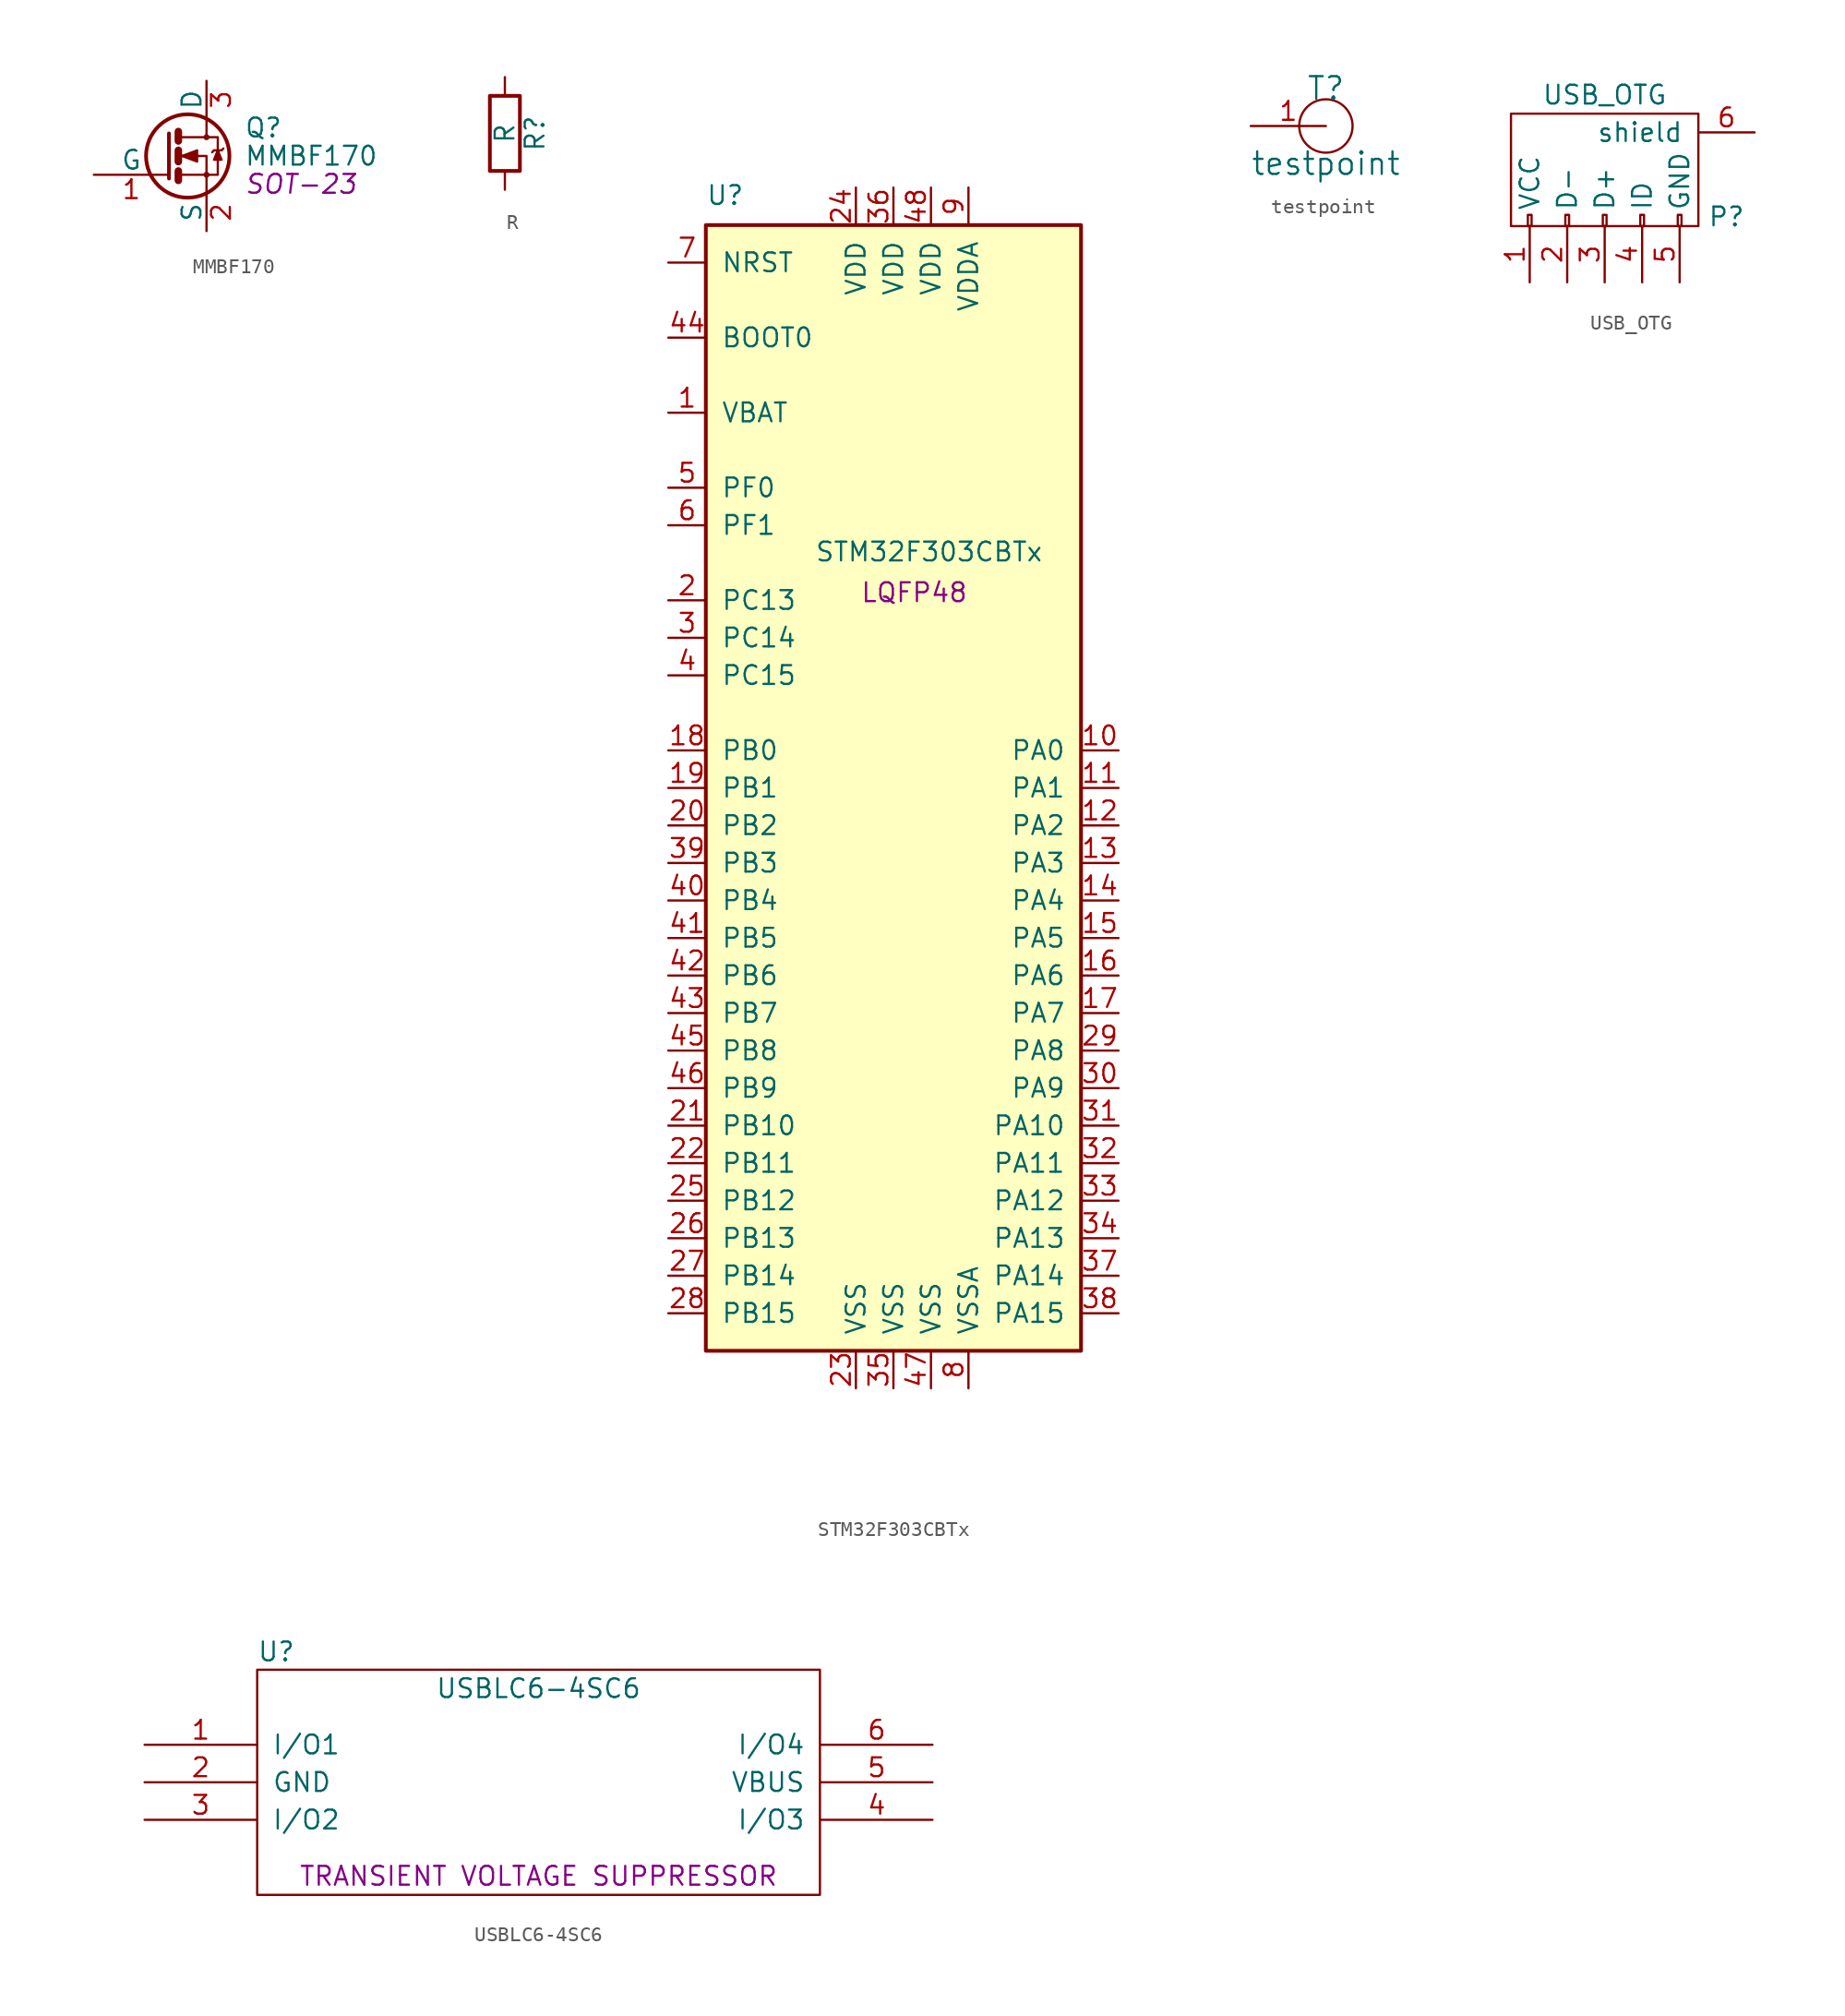
<source format=kicad_sym>
(kicad_symbol_lib
  (version 20220914)
  (generator kicad_symbol_editor)
  (symbol "MMBF170"
    (pin_names
      (offset 0))
    (property "Reference" "Q"
      (at 5.08 1.905 0)
      (effects (font (size 1.27 1.27)) (justify left)))
    (property "Value" "MMBF170"
      (at 5.08 0 0)
      (effects (font (size 1.27 1.27)) (justify left)))
    (property "Footprint" "SOT-23"
      (at 5.08 -1.905 0)
      (effects (font (size 1.27 1.27) italic) (justify left)))
    (property "Datasheet" ""
      (at 0 0 0)
      (effects (font (size 1.27 1.27)) (justify left)))
    (symbol "MMBF170_0_1"
      (polyline (pts (xy 0.635 -1.016) (xy 0.635 -1.651)) (stroke (width 0.508) (type default)) (fill (type none)))
      (polyline (pts (xy 0.635 0.381) (xy 0.635 -0.381)) (stroke (width 0.508) (type default)) (fill (type none)))
      (polyline (pts (xy 0.635 1.651) (xy 0.635 1.016)) (stroke (width 0.508) (type default)) (fill (type none)))
      (polyline (pts (xy 3.048 0.381) (xy 2.921 0.254)) (stroke (width 0) (type default)) (fill (type none)))
      (polyline (pts (xy 3.048 0.381) (xy 3.556 0.381)) (stroke (width 0) (type default)) (fill (type none)))
      (polyline (pts (xy 3.556 0.381) (xy 3.683 0.508)) (stroke (width 0) (type default)) (fill (type none)))
      (polyline (pts (xy 0 1.524) (xy 0 -1.524) (xy 0 -1.524)) (stroke (width 0.254) (type default)) (fill (type none)))
      (polyline (pts (xy 0.762 -1.27) (xy 2.54 -1.27) (xy 2.54 -2.54) (xy 2.54 -2.54)) (stroke (width 0) (type default)) (fill (type none)))
      (polyline (pts (xy 0.762 1.27) (xy 2.54 1.27) (xy 2.54 2.54) (xy 2.54 2.54)) (stroke (width 0) (type default)) (fill (type none)))
      (polyline (pts (xy 2.54 1.27) (xy 3.302 1.27) (xy 3.302 -1.27) (xy 2.54 -1.27)) (stroke (width 0) (type default)) (fill (type none)))
      (polyline (pts (xy 3.302 0.381) (xy 3.048 -0.254) (xy 3.556 -0.254) (xy 3.302 0.381)) (stroke (width 0) (type default)) (fill (type outline)))
      (polyline (pts (xy 0.762 0) (xy 1.27 0) (xy 2.54 0) (xy 2.54 -1.27) (xy 2.54 -1.27)) (stroke (width 0) (type default)) (fill (type none)))
      (polyline (pts (xy 0.889 0) (xy 1.905 0.381) (xy 1.905 -0.381) (xy 0.889 0) (xy 1.016 0) (xy 1.016 0)) (stroke (width 0) (type default)) (fill (type outline)))
      (circle (center 1.27 0) (radius 2.819) (stroke (width 0.254) (type default)) (fill (type none)))
      (circle (center 2.54 -1.27) (radius 0.127) (stroke (width 0) (type default)) (fill (type none)))
      (circle (center 2.54 1.27) (radius 0.127) (stroke (width 0) (type default)) (fill (type none))))
    (symbol "MMBF170_1_1"
      (pin input line (at -5.08 -1.27 0) (length 5.08) (name "G" (effects (font (size 1.27 1.27)))) (number "1" (effects (font (size 1.27 1.27)))))
      (pin passive line (at 2.54 -5.08 90) (length 2.54) (name "S" (effects (font (size 1.27 1.27)))) (number "2" (effects (font (size 1.27 1.27)))))
      (pin passive line (at 2.54 5.08 270) (length 2.54) (name "D" (effects (font (size 1.27 1.27)))) (number "3" (effects (font (size 1.27 1.27)))))))
  (symbol "R"
    (pin_numbers hide)
    (pin_names
      (offset 0))
    (property "Reference" "R"
      (at 2.032 0 90)
      (effects (font (size 1.27 1.27))))
    (property "Value" "R"
      (at 0 0 90)
      (effects (font (size 1.27 1.27))))
    (property "Footprint" ""
      (at -1.778 0 90)
      (effects (font (size 1.27 1.27))))
    (property "Datasheet" ""
      (at 0 0 0)
      (effects (font (size 1.27 1.27))))
    (symbol "R_0_1"
      (rectangle (start -1.016 -2.54) (end 1.016 2.54) (stroke (width 0.254) (type default)) (fill (type none))))
    (symbol "R_1_1"
      (pin passive line (at 0 3.81 270) (length 1.27) (name "~" (effects (font (size 1.27 1.27)))) (number "1" (effects (font (size 1.27 1.27)))))
      (pin passive line (at 0 -3.81 90) (length 1.27) (name "~" (effects (font (size 1.27 1.27)))) (number "2" (effects (font (size 1.27 1.27)))))))
  (symbol "STM32F303CBTx"
    (pin_names
      (offset 1.016))
    (property "Reference" "U"
      (at -12.7 41.91 0)
      (effects (font (size 1.27 1.27)) (justify left bottom)))
    (property "Value" "STM32F303CBTx"
      (at 10.16 17.78 0)
      (effects (font (size 1.27 1.27)) (justify right bottom)))
    (property "Footprint" "LQFP48"
      (at 5.08 16.51 0)
      (effects (font (size 1.27 1.27)) (justify right top)))
    (property "Datasheet" ""
      (at 11.43 2.54 0)
      (effects (font (size 1.27 1.27))))
    (property "ki_locked" ""
      (at 0 0 0)
      (effects (font (size 1.27 1.27))))
    (symbol "STM32F303CBTx_0_1"
      (rectangle (start -12.7 -35.56) (end 12.7 40.64) (stroke (width 0.254) (type default)) (fill (type background))))
    (symbol "STM32F303CBTx_1_1"
      (pin power_in line (at -15.24 27.94 0) (length 2.54) (name "VBAT" (effects (font (size 1.27 1.27)))) (number "1" (effects (font (size 1.27 1.27)))))
      (pin bidirectional line (at 15.24 5.08 180) (length 2.54) (name "PA0" (effects (font (size 1.27 1.27)))) (number "10" (effects (font (size 1.27 1.27)))))
      (pin bidirectional line (at 15.24 2.54 180) (length 2.54) (name "PA1" (effects (font (size 1.27 1.27)))) (number "11" (effects (font (size 1.27 1.27)))))
      (pin bidirectional line (at 15.24 0 180) (length 2.54) (name "PA2" (effects (font (size 1.27 1.27)))) (number "12" (effects (font (size 1.27 1.27)))))
      (pin bidirectional line (at 15.24 -2.54 180) (length 2.54) (name "PA3" (effects (font (size 1.27 1.27)))) (number "13" (effects (font (size 1.27 1.27)))))
      (pin bidirectional line (at 15.24 -5.08 180) (length 2.54) (name "PA4" (effects (font (size 1.27 1.27)))) (number "14" (effects (font (size 1.27 1.27)))))
      (pin bidirectional line (at 15.24 -7.62 180) (length 2.54) (name "PA5" (effects (font (size 1.27 1.27)))) (number "15" (effects (font (size 1.27 1.27)))))
      (pin bidirectional line (at 15.24 -10.16 180) (length 2.54) (name "PA6" (effects (font (size 1.27 1.27)))) (number "16" (effects (font (size 1.27 1.27)))))
      (pin bidirectional line (at 15.24 -12.7 180) (length 2.54) (name "PA7" (effects (font (size 1.27 1.27)))) (number "17" (effects (font (size 1.27 1.27)))))
      (pin bidirectional line (at -15.24 5.08 0) (length 2.54) (name "PB0" (effects (font (size 1.27 1.27)))) (number "18" (effects (font (size 1.27 1.27)))))
      (pin bidirectional line (at -15.24 2.54 0) (length 2.54) (name "PB1" (effects (font (size 1.27 1.27)))) (number "19" (effects (font (size 1.27 1.27)))))
      (pin bidirectional line (at -15.24 15.24 0) (length 2.54) (name "PC13" (effects (font (size 1.27 1.27)))) (number "2" (effects (font (size 1.27 1.27)))))
      (pin bidirectional line (at -15.24 0 0) (length 2.54) (name "PB2" (effects (font (size 1.27 1.27)))) (number "20" (effects (font (size 1.27 1.27)))))
      (pin bidirectional line (at -15.24 -20.32 0) (length 2.54) (name "PB10" (effects (font (size 1.27 1.27)))) (number "21" (effects (font (size 1.27 1.27)))))
      (pin bidirectional line (at -15.24 -22.86 0) (length 2.54) (name "PB11" (effects (font (size 1.27 1.27)))) (number "22" (effects (font (size 1.27 1.27)))))
      (pin power_in line (at -2.54 -38.1 90) (length 2.54) (name "VSS" (effects (font (size 1.27 1.27)))) (number "23" (effects (font (size 1.27 1.27)))))
      (pin power_in line (at -2.54 43.18 270) (length 2.54) (name "VDD" (effects (font (size 1.27 1.27)))) (number "24" (effects (font (size 1.27 1.27)))))
      (pin bidirectional line (at -15.24 -25.4 0) (length 2.54) (name "PB12" (effects (font (size 1.27 1.27)))) (number "25" (effects (font (size 1.27 1.27)))))
      (pin bidirectional line (at -15.24 -27.94 0) (length 2.54) (name "PB13" (effects (font (size 1.27 1.27)))) (number "26" (effects (font (size 1.27 1.27)))))
      (pin bidirectional line (at -15.24 -30.48 0) (length 2.54) (name "PB14" (effects (font (size 1.27 1.27)))) (number "27" (effects (font (size 1.27 1.27)))))
      (pin bidirectional line (at -15.24 -33.02 0) (length 2.54) (name "PB15" (effects (font (size 1.27 1.27)))) (number "28" (effects (font (size 1.27 1.27)))))
      (pin bidirectional line (at 15.24 -15.24 180) (length 2.54) (name "PA8" (effects (font (size 1.27 1.27)))) (number "29" (effects (font (size 1.27 1.27)))))
      (pin bidirectional line (at -15.24 12.7 0) (length 2.54) (name "PC14" (effects (font (size 1.27 1.27)))) (number "3" (effects (font (size 1.27 1.27)))))
      (pin bidirectional line (at 15.24 -17.78 180) (length 2.54) (name "PA9" (effects (font (size 1.27 1.27)))) (number "30" (effects (font (size 1.27 1.27)))))
      (pin bidirectional line (at 15.24 -20.32 180) (length 2.54) (name "PA10" (effects (font (size 1.27 1.27)))) (number "31" (effects (font (size 1.27 1.27)))))
      (pin bidirectional line (at 15.24 -22.86 180) (length 2.54) (name "PA11" (effects (font (size 1.27 1.27)))) (number "32" (effects (font (size 1.27 1.27)))))
      (pin bidirectional line (at 15.24 -25.4 180) (length 2.54) (name "PA12" (effects (font (size 1.27 1.27)))) (number "33" (effects (font (size 1.27 1.27)))))
      (pin bidirectional line (at 15.24 -27.94 180) (length 2.54) (name "PA13" (effects (font (size 1.27 1.27)))) (number "34" (effects (font (size 1.27 1.27)))))
      (pin power_in line (at 0 -38.1 90) (length 2.54) (name "VSS" (effects (font (size 1.27 1.27)))) (number "35" (effects (font (size 1.27 1.27)))))
      (pin power_in line (at 0 43.18 270) (length 2.54) (name "VDD" (effects (font (size 1.27 1.27)))) (number "36" (effects (font (size 1.27 1.27)))))
      (pin bidirectional line (at 15.24 -30.48 180) (length 2.54) (name "PA14" (effects (font (size 1.27 1.27)))) (number "37" (effects (font (size 1.27 1.27)))))
      (pin bidirectional line (at 15.24 -33.02 180) (length 2.54) (name "PA15" (effects (font (size 1.27 1.27)))) (number "38" (effects (font (size 1.27 1.27)))))
      (pin bidirectional line (at -15.24 -2.54 0) (length 2.54) (name "PB3" (effects (font (size 1.27 1.27)))) (number "39" (effects (font (size 1.27 1.27)))))
      (pin bidirectional line (at -15.24 10.16 0) (length 2.54) (name "PC15" (effects (font (size 1.27 1.27)))) (number "4" (effects (font (size 1.27 1.27)))))
      (pin bidirectional line (at -15.24 -5.08 0) (length 2.54) (name "PB4" (effects (font (size 1.27 1.27)))) (number "40" (effects (font (size 1.27 1.27)))))
      (pin bidirectional line (at -15.24 -7.62 0) (length 2.54) (name "PB5" (effects (font (size 1.27 1.27)))) (number "41" (effects (font (size 1.27 1.27)))))
      (pin bidirectional line (at -15.24 -10.16 0) (length 2.54) (name "PB6" (effects (font (size 1.27 1.27)))) (number "42" (effects (font (size 1.27 1.27)))))
      (pin bidirectional line (at -15.24 -12.7 0) (length 2.54) (name "PB7" (effects (font (size 1.27 1.27)))) (number "43" (effects (font (size 1.27 1.27)))))
      (pin input line (at -15.24 33.02 0) (length 2.54) (name "BOOT0" (effects (font (size 1.27 1.27)))) (number "44" (effects (font (size 1.27 1.27)))))
      (pin bidirectional line (at -15.24 -15.24 0) (length 2.54) (name "PB8" (effects (font (size 1.27 1.27)))) (number "45" (effects (font (size 1.27 1.27)))))
      (pin bidirectional line (at -15.24 -17.78 0) (length 2.54) (name "PB9" (effects (font (size 1.27 1.27)))) (number "46" (effects (font (size 1.27 1.27)))))
      (pin power_in line (at 2.54 -38.1 90) (length 2.54) (name "VSS" (effects (font (size 1.27 1.27)))) (number "47" (effects (font (size 1.27 1.27)))))
      (pin power_in line (at 2.54 43.18 270) (length 2.54) (name "VDD" (effects (font (size 1.27 1.27)))) (number "48" (effects (font (size 1.27 1.27)))))
      (pin input line (at -15.24 22.86 0) (length 2.54) (name "PF0" (effects (font (size 1.27 1.27)))) (number "5" (effects (font (size 1.27 1.27)))))
      (pin input line (at -15.24 20.32 0) (length 2.54) (name "PF1" (effects (font (size 1.27 1.27)))) (number "6" (effects (font (size 1.27 1.27)))))
      (pin input line (at -15.24 38.1 0) (length 2.54) (name "NRST" (effects (font (size 1.27 1.27)))) (number "7" (effects (font (size 1.27 1.27)))))
      (pin power_in line (at 5.08 -38.1 90) (length 2.54) (name "VSSA" (effects (font (size 1.27 1.27)))) (number "8" (effects (font (size 1.27 1.27)))))
      (pin power_in line (at 5.08 43.18 270) (length 2.54) (name "VDDA" (effects (font (size 1.27 1.27)))) (number "9" (effects (font (size 1.27 1.27)))))))
  (symbol "testpoint"
    (pin_names
      (offset 1.016))
    (property "Reference" "T"
      (at 0 2.54 0)
      (effects (font (size 1.524 1.524))))
    (property "Value" "testpoint"
      (at 0 -2.54 0)
      (effects (font (size 1.524 1.524))))
    (property "Footprint" ""
      (at 0 0 0)
      (effects (font (size 1.524 1.524))))
    (property "Datasheet" ""
      (at 0 0 0)
      (effects (font (size 1.524 1.524))))
    (symbol "testpoint_0_1"
      (circle (center 0 0) (radius 1.803) (stroke (width 0) (type default)) (fill (type none))))
    (symbol "testpoint_1_1"
      (pin bidirectional line (at -5.08 0 0) (length 5.08) (name "~" (effects (font (size 1.27 1.27)))) (number "1" (effects (font (size 1.27 1.27)))))))
  (symbol "USB_OTG"
    (pin_names
      (offset 1.016))
    (property "Reference" "P"
      (at 8.255 -3.175 0)
      (effects (font (size 1.27 1.27))))
    (property "Value" "USB_OTG"
      (at 0 5.08 0)
      (effects (font (size 1.27 1.27))))
    (property "Footprint" ""
      (at -1.27 -2.54 90)
      (effects (font (size 1.27 1.27))))
    (property "Datasheet" ""
      (at -1.27 -2.54 90)
      (effects (font (size 1.27 1.27))))
    (symbol "USB_OTG_0_1"
      (rectangle (start -6.35 -3.81) (end 6.35 3.81) (stroke (width 0) (type default)) (fill (type none)))
      (rectangle (start -5.207 -3.81) (end -4.953 -3.048) (stroke (width 0) (type default)) (fill (type none)))
      (rectangle (start -2.667 -3.81) (end -2.413 -3.048) (stroke (width 0) (type default)) (fill (type none)))
      (rectangle (start -0.127 -3.81) (end 0.127 -3.048) (stroke (width 0) (type default)) (fill (type none)))
      (rectangle (start 2.413 -3.81) (end 2.667 -3.048) (stroke (width 0) (type default)) (fill (type none)))
      (rectangle (start 4.953 -3.81) (end 5.207 -3.048) (stroke (width 0) (type default)) (fill (type none))))
    (symbol "USB_OTG_1_1"
      (pin power_out line (at -5.08 -7.62 90) (length 3.81) (name "VCC" (effects (font (size 1.27 1.27)))) (number "1" (effects (font (size 1.27 1.27)))))
      (pin passive line (at -2.54 -7.62 90) (length 3.81) (name "D-" (effects (font (size 1.27 1.27)))) (number "2" (effects (font (size 1.27 1.27)))))
      (pin passive line (at 0 -7.62 90) (length 3.81) (name "D+" (effects (font (size 1.27 1.27)))) (number "3" (effects (font (size 1.27 1.27)))))
      (pin power_in line (at 2.54 -7.62 90) (length 3.81) (name "ID" (effects (font (size 1.27 1.27)))) (number "4" (effects (font (size 1.27 1.27)))))
      (pin power_in line (at 5.08 -7.62 90) (length 3.81) (name "GND" (effects (font (size 1.27 1.27)))) (number "5" (effects (font (size 1.27 1.27)))))
      (pin passive line (at 10.16 2.54 180) (length 3.81) (name "shield" (effects (font (size 1.27 1.27)))) (number "6" (effects (font (size 1.27 1.27)))))))
  (symbol "USBLC6-4SC6"
    (pin_names
      (offset 1.016))
    (property "Reference" "U"
      (at -17.755 8.839 0)
      (effects (font (size 1.27 1.27))))
    (property "Value" "USBLC6-4SC6"
      (at 0 6.35 0)
      (effects (font (size 1.27 1.27))))
    (property "Footprint" ""
      (at 0 0 0)
      (effects (font (size 1.524 1.524))))
    (property "Datasheet" ""
      (at 0 0 0)
      (effects (font (size 1.524 1.524))))
    (property "Description" "TRANSIENT VOLTAGE SUPPRESSOR"
      (at 0 -6.35 0)
      (effects (font (size 1.27 1.27))))
    (symbol "USBLC6-4SC6_0_0"
      (rectangle (start -19.05 -7.62) (end 19.05 7.62) (stroke (width 0) (type default)) (fill (type none))))
    (symbol "USBLC6-4SC6_1_1"
      (pin unspecified line (at -26.67 2.54 0) (length 7.595) (name "I/O1" (effects (font (size 1.27 1.27)))) (number "1" (effects (font (size 1.27 1.27)))))
      (pin unspecified line (at -26.67 0 0) (length 7.595) (name "GND" (effects (font (size 1.27 1.27)))) (number "2" (effects (font (size 1.27 1.27)))))
      (pin unspecified line (at -26.67 -2.54 0) (length 7.595) (name "I/O2" (effects (font (size 1.27 1.27)))) (number "3" (effects (font (size 1.27 1.27)))))
      (pin unspecified line (at 26.67 -2.54 180) (length 7.569) (name "I/O3" (effects (font (size 1.27 1.27)))) (number "4" (effects (font (size 1.27 1.27)))))
      (pin unspecified line (at 26.67 0 180) (length 7.569) (name "VBUS" (effects (font (size 1.27 1.27)))) (number "5" (effects (font (size 1.27 1.27)))))
      (pin unspecified line (at 26.67 2.54 180) (length 7.569) (name "I/O4" (effects (font (size 1.27 1.27)))) (number "6" (effects (font (size 1.27 1.27))))))))
</source>
